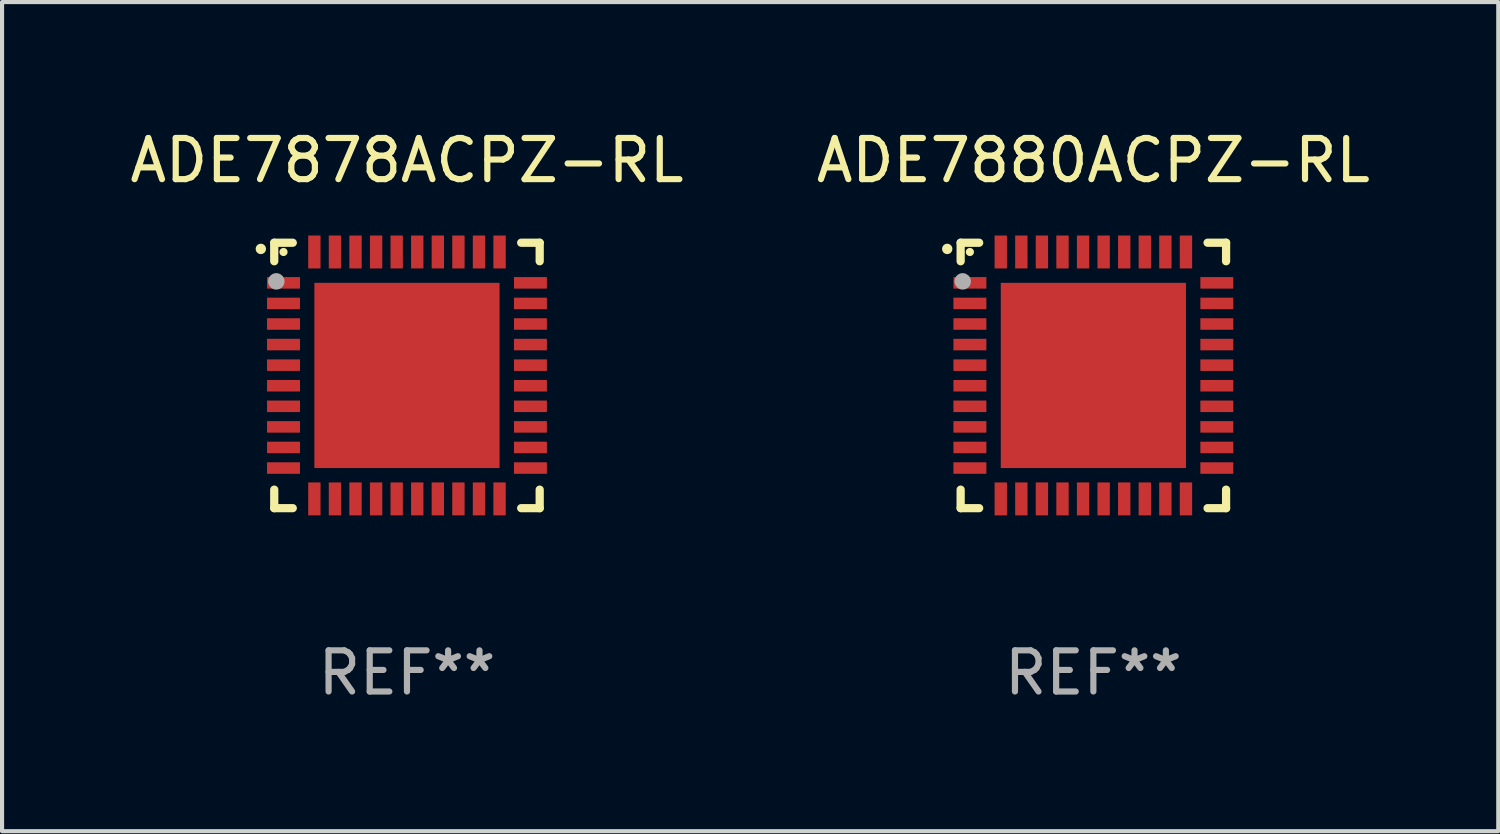
<source format=kicad_pcb>
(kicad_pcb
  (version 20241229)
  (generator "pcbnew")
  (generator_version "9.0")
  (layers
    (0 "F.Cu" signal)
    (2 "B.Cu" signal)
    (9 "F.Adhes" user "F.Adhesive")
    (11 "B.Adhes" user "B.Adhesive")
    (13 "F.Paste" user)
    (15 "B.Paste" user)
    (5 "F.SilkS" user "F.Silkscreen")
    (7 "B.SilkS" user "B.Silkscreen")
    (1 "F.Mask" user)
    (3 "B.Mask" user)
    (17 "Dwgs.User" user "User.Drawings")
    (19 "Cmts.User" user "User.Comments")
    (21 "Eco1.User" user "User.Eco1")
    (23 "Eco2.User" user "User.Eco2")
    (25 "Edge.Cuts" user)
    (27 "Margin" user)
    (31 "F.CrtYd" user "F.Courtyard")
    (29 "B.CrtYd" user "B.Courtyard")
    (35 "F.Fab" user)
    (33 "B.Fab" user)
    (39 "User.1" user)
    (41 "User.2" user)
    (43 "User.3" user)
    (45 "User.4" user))
  (footprint "ADE7880ACPZ-RL"
    (layer "F.Cu")
    (at 23.518 6.073)
    (property "Reference" "ADE7880ACPZ-RL" (at 0 -5.225 0) (layer "F.SilkS") (effects (font (size 1 1) (thickness 0.15))))
    (attr through_hole)
    (fp_line (start -3.225 -3.225) (end -2.775 -3.225) (stroke (width 0.2) (type solid)) (layer "F.SilkS"))
    (fp_line (start -3.225 -2.775) (end -3.225 -3.225) (stroke (width 0.2) (type solid)) (layer "F.SilkS"))
    (fp_line (start -3.225 2.775) (end -3.225 3.225) (stroke (width 0.2) (type solid)) (layer "F.SilkS"))
    (fp_line (start -3.225 3.225) (end -2.775 3.225) (stroke (width 0.2) (type solid)) (layer "F.SilkS"))
    (fp_line (start 2.775 -3.225) (end 3.225 -3.225) (stroke (width 0.2) (type solid)) (layer "F.SilkS"))
    (fp_line (start 2.775 3.225) (end 3.225 3.225) (stroke (width 0.2) (type solid)) (layer "F.SilkS"))
    (fp_line (start 3.225 -3.225) (end 3.225 -2.775) (stroke (width 0.2) (type solid)) (layer "F.SilkS"))
    (fp_line (start 3.225 3.225) (end 3.225 2.775) (stroke (width 0.2) (type solid)) (layer "F.SilkS"))
    (fp_arc (start -3.55094 -3.073406) (mid -3.550946 -3.074676) (end -3.55094 -3.075946) (stroke (width 0.25) (type solid)) (layer "F.SilkS"))
    (fp_circle (center -3 -3) (end -2.95 -3) (stroke (width 0.1) (type solid)) (fill no) (layer "F.SilkS"))
    (fp_circle (center -3.175 -2.286) (end -3.075 -2.286) (stroke (width 0.2) (type solid)) (fill no) (layer "F.Fab"))
    (fp_text user "REF**" (at 0 7.225 0) (layer "F.Fab") (effects (font (size 1 1) (thickness 0.15))))
    (pad "1" smd rect (at -3 -2.25) (size 0.8 0.28) (layers "F.Cu" "F.Mask" "F.Paste"))
    (pad "2" smd rect (at -3 -1.75) (size 0.8 0.28) (layers "F.Cu" "F.Mask" "F.Paste"))
    (pad "3" smd rect (at -3 -1.25) (size 0.8 0.28) (layers "F.Cu" "F.Mask" "F.Paste"))
    (pad "4" smd rect (at -3 -0.75) (size 0.8 0.28) (layers "F.Cu" "F.Mask" "F.Paste"))
    (pad "5" smd rect (at -3 -0.25) (size 0.8 0.28) (layers "F.Cu" "F.Mask" "F.Paste"))
    (pad "6" smd rect (at -3 0.25) (size 0.8 0.28) (layers "F.Cu" "F.Mask" "F.Paste"))
    (pad "7" smd rect (at -3 0.75) (size 0.8 0.28) (layers "F.Cu" "F.Mask" "F.Paste"))
    (pad "8" smd rect (at -3 1.25) (size 0.8 0.28) (layers "F.Cu" "F.Mask" "F.Paste"))
    (pad "9" smd rect (at -3 1.75) (size 0.8 0.28) (layers "F.Cu" "F.Mask" "F.Paste"))
    (pad "10" smd rect (at -3 2.25) (size 0.8 0.28) (layers "F.Cu" "F.Mask" "F.Paste"))
    (pad "11" smd rect (at -2.25 3) (size 0.3 0.8) (layers "F.Cu" "F.Mask" "F.Paste"))
    (pad "12" smd rect (at -1.75 3) (size 0.3 0.8) (layers "F.Cu" "F.Mask" "F.Paste"))
    (pad "13" smd rect (at -1.25 3) (size 0.3 0.8) (layers "F.Cu" "F.Mask" "F.Paste"))
    (pad "14" smd rect (at -0.75 3) (size 0.3 0.8) (layers "F.Cu" "F.Mask" "F.Paste"))
    (pad "15" smd rect (at -0.25 3) (size 0.3 0.8) (layers "F.Cu" "F.Mask" "F.Paste"))
    (pad "16" smd rect (at 0.25 3) (size 0.3 0.8) (layers "F.Cu" "F.Mask" "F.Paste"))
    (pad "17" smd rect (at 0.75 3) (size 0.3 0.8) (layers "F.Cu" "F.Mask" "F.Paste"))
    (pad "18" smd rect (at 1.25 3) (size 0.3 0.8) (layers "F.Cu" "F.Mask" "F.Paste"))
    (pad "19" smd rect (at 1.75 3) (size 0.3 0.8) (layers "F.Cu" "F.Mask" "F.Paste"))
    (pad "20" smd rect (at 2.25 3) (size 0.3 0.8) (layers "F.Cu" "F.Mask" "F.Paste"))
    (pad "21" smd rect (at 3 2.25) (size 0.8 0.28) (layers "F.Cu" "F.Mask" "F.Paste"))
    (pad "22" smd rect (at 3 1.75) (size 0.8 0.28) (layers "F.Cu" "F.Mask" "F.Paste"))
    (pad "23" smd rect (at 3 1.25) (size 0.8 0.28) (layers "F.Cu" "F.Mask" "F.Paste"))
    (pad "24" smd rect (at 3 0.75) (size 0.8 0.28) (layers "F.Cu" "F.Mask" "F.Paste"))
    (pad "25" smd rect (at 3 0.25) (size 0.8 0.28) (layers "F.Cu" "F.Mask" "F.Paste"))
    (pad "26" smd rect (at 3 -0.25) (size 0.8 0.28) (layers "F.Cu" "F.Mask" "F.Paste"))
    (pad "27" smd rect (at 3 -0.75) (size 0.8 0.28) (layers "F.Cu" "F.Mask" "F.Paste"))
    (pad "28" smd rect (at 3 -1.25) (size 0.8 0.28) (layers "F.Cu" "F.Mask" "F.Paste"))
    (pad "29" smd rect (at 3 -1.75) (size 0.8 0.28) (layers "F.Cu" "F.Mask" "F.Paste"))
    (pad "30" smd rect (at 3 -2.25) (size 0.8 0.28) (layers "F.Cu" "F.Mask" "F.Paste"))
    (pad "31" smd rect (at 2.25 -3) (size 0.3 0.8) (layers "F.Cu" "F.Mask" "F.Paste"))
    (pad "32" smd rect (at 1.75 -3) (size 0.3 0.8) (layers "F.Cu" "F.Mask" "F.Paste"))
    (pad "33" smd rect (at 1.25 -3) (size 0.3 0.8) (layers "F.Cu" "F.Mask" "F.Paste"))
    (pad "34" smd rect (at 0.75 -3) (size 0.3 0.8) (layers "F.Cu" "F.Mask" "F.Paste"))
    (pad "35" smd rect (at 0.25 -3) (size 0.3 0.8) (layers "F.Cu" "F.Mask" "F.Paste"))
    (pad "36" smd rect (at -0.25 -3) (size 0.3 0.8) (layers "F.Cu" "F.Mask" "F.Paste"))
    (pad "37" smd rect (at -0.75 -3) (size 0.3 0.8) (layers "F.Cu" "F.Mask" "F.Paste"))
    (pad "38" smd rect (at -1.25 -3) (size 0.3 0.8) (layers "F.Cu" "F.Mask" "F.Paste"))
    (pad "39" smd rect (at -1.75 -3) (size 0.3 0.8) (layers "F.Cu" "F.Mask" "F.Paste"))
    (pad "40" smd rect (at -2.25 -3) (size 0.3 0.8) (layers "F.Cu" "F.Mask" "F.Paste"))
    (pad "41" smd rect (at -0.000013 0) (size 4.5 4.5) (layers "F.Cu" "F.Mask" "F.Paste")))
  (footprint "ADE7878ACPZ-RL"
    (layer "F.Cu")
    (at 6.839 6.073)
    (property "Reference" "ADE7878ACPZ-RL" (at 0 -5.225 0) (layer "F.SilkS") (effects (font (size 1 1) (thickness 0.15))))
    (attr through_hole)
    (fp_line (start -3.225 -3.225) (end -2.775 -3.225) (stroke (width 0.2) (type solid)) (layer "F.SilkS"))
    (fp_line (start -3.225 -2.775) (end -3.225 -3.225) (stroke (width 0.2) (type solid)) (layer "F.SilkS"))
    (fp_line (start -3.225 2.775) (end -3.225 3.225) (stroke (width 0.2) (type solid)) (layer "F.SilkS"))
    (fp_line (start -3.225 3.225) (end -2.775 3.225) (stroke (width 0.2) (type solid)) (layer "F.SilkS"))
    (fp_line (start 2.775 -3.225) (end 3.225 -3.225) (stroke (width 0.2) (type solid)) (layer "F.SilkS"))
    (fp_line (start 2.775 3.225) (end 3.225 3.225) (stroke (width 0.2) (type solid)) (layer "F.SilkS"))
    (fp_line (start 3.225 -3.225) (end 3.225 -2.775) (stroke (width 0.2) (type solid)) (layer "F.SilkS"))
    (fp_line (start 3.225 3.225) (end 3.225 2.775) (stroke (width 0.2) (type solid)) (layer "F.SilkS"))
    (fp_arc (start -3.55094 -3.073406) (mid -3.550946 -3.074676) (end -3.55094 -3.075946) (stroke (width 0.25) (type solid)) (layer "F.SilkS"))
    (fp_circle (center -3 -3) (end -2.95 -3) (stroke (width 0.1) (type solid)) (fill no) (layer "F.SilkS"))
    (fp_circle (center -3.175 -2.286) (end -3.075 -2.286) (stroke (width 0.2) (type solid)) (fill no) (layer "F.Fab"))
    (fp_text user "REF**" (at 0 7.225 0) (layer "F.Fab") (effects (font (size 1 1) (thickness 0.15))))
    (pad "1" smd rect (at -3 -2.25) (size 0.8 0.28) (layers "F.Cu" "F.Mask" "F.Paste"))
    (pad "2" smd rect (at -3 -1.75) (size 0.8 0.28) (layers "F.Cu" "F.Mask" "F.Paste"))
    (pad "3" smd rect (at -3 -1.25) (size 0.8 0.28) (layers "F.Cu" "F.Mask" "F.Paste"))
    (pad "4" smd rect (at -3 -0.75) (size 0.8 0.28) (layers "F.Cu" "F.Mask" "F.Paste"))
    (pad "5" smd rect (at -3 -0.25) (size 0.8 0.28) (layers "F.Cu" "F.Mask" "F.Paste"))
    (pad "6" smd rect (at -3 0.25) (size 0.8 0.28) (layers "F.Cu" "F.Mask" "F.Paste"))
    (pad "7" smd rect (at -3 0.75) (size 0.8 0.28) (layers "F.Cu" "F.Mask" "F.Paste"))
    (pad "8" smd rect (at -3 1.25) (size 0.8 0.28) (layers "F.Cu" "F.Mask" "F.Paste"))
    (pad "9" smd rect (at -3 1.75) (size 0.8 0.28) (layers "F.Cu" "F.Mask" "F.Paste"))
    (pad "10" smd rect (at -3 2.25) (size 0.8 0.28) (layers "F.Cu" "F.Mask" "F.Paste"))
    (pad "11" smd rect (at -2.25 3) (size 0.3 0.8) (layers "F.Cu" "F.Mask" "F.Paste"))
    (pad "12" smd rect (at -1.75 3) (size 0.3 0.8) (layers "F.Cu" "F.Mask" "F.Paste"))
    (pad "13" smd rect (at -1.25 3) (size 0.3 0.8) (layers "F.Cu" "F.Mask" "F.Paste"))
    (pad "14" smd rect (at -0.75 3) (size 0.3 0.8) (layers "F.Cu" "F.Mask" "F.Paste"))
    (pad "15" smd rect (at -0.25 3) (size 0.3 0.8) (layers "F.Cu" "F.Mask" "F.Paste"))
    (pad "16" smd rect (at 0.25 3) (size 0.3 0.8) (layers "F.Cu" "F.Mask" "F.Paste"))
    (pad "17" smd rect (at 0.75 3) (size 0.3 0.8) (layers "F.Cu" "F.Mask" "F.Paste"))
    (pad "18" smd rect (at 1.25 3) (size 0.3 0.8) (layers "F.Cu" "F.Mask" "F.Paste"))
    (pad "19" smd rect (at 1.75 3) (size 0.3 0.8) (layers "F.Cu" "F.Mask" "F.Paste"))
    (pad "20" smd rect (at 2.25 3) (size 0.3 0.8) (layers "F.Cu" "F.Mask" "F.Paste"))
    (pad "21" smd rect (at 3 2.25) (size 0.8 0.28) (layers "F.Cu" "F.Mask" "F.Paste"))
    (pad "22" smd rect (at 3 1.75) (size 0.8 0.28) (layers "F.Cu" "F.Mask" "F.Paste"))
    (pad "23" smd rect (at 3 1.25) (size 0.8 0.28) (layers "F.Cu" "F.Mask" "F.Paste"))
    (pad "24" smd rect (at 3 0.75) (size 0.8 0.28) (layers "F.Cu" "F.Mask" "F.Paste"))
    (pad "25" smd rect (at 3 0.25) (size 0.8 0.28) (layers "F.Cu" "F.Mask" "F.Paste"))
    (pad "26" smd rect (at 3 -0.25) (size 0.8 0.28) (layers "F.Cu" "F.Mask" "F.Paste"))
    (pad "27" smd rect (at 3 -0.75) (size 0.8 0.28) (layers "F.Cu" "F.Mask" "F.Paste"))
    (pad "28" smd rect (at 3 -1.25) (size 0.8 0.28) (layers "F.Cu" "F.Mask" "F.Paste"))
    (pad "29" smd rect (at 3 -1.75) (size 0.8 0.28) (layers "F.Cu" "F.Mask" "F.Paste"))
    (pad "30" smd rect (at 3 -2.25) (size 0.8 0.28) (layers "F.Cu" "F.Mask" "F.Paste"))
    (pad "31" smd rect (at 2.25 -3) (size 0.3 0.8) (layers "F.Cu" "F.Mask" "F.Paste"))
    (pad "32" smd rect (at 1.75 -3) (size 0.3 0.8) (layers "F.Cu" "F.Mask" "F.Paste"))
    (pad "33" smd rect (at 1.25 -3) (size 0.3 0.8) (layers "F.Cu" "F.Mask" "F.Paste"))
    (pad "34" smd rect (at 0.75 -3) (size 0.3 0.8) (layers "F.Cu" "F.Mask" "F.Paste"))
    (pad "35" smd rect (at 0.25 -3) (size 0.3 0.8) (layers "F.Cu" "F.Mask" "F.Paste"))
    (pad "36" smd rect (at -0.25 -3) (size 0.3 0.8) (layers "F.Cu" "F.Mask" "F.Paste"))
    (pad "37" smd rect (at -0.75 -3) (size 0.3 0.8) (layers "F.Cu" "F.Mask" "F.Paste"))
    (pad "38" smd rect (at -1.25 -3) (size 0.3 0.8) (layers "F.Cu" "F.Mask" "F.Paste"))
    (pad "39" smd rect (at -1.75 -3) (size 0.3 0.8) (layers "F.Cu" "F.Mask" "F.Paste"))
    (pad "40" smd rect (at -2.25 -3) (size 0.3 0.8) (layers "F.Cu" "F.Mask" "F.Paste"))
    (pad "41" smd rect (at -0.000013 0) (size 4.5 4.5) (layers "F.Cu" "F.Mask" "F.Paste")))
  (gr_rect
    (start -3 -3)
    (end 33.357 17.147)
    (stroke (width 0.1) (type default))
    (fill no)
    (layer "Edge.Cuts")))
</source>
